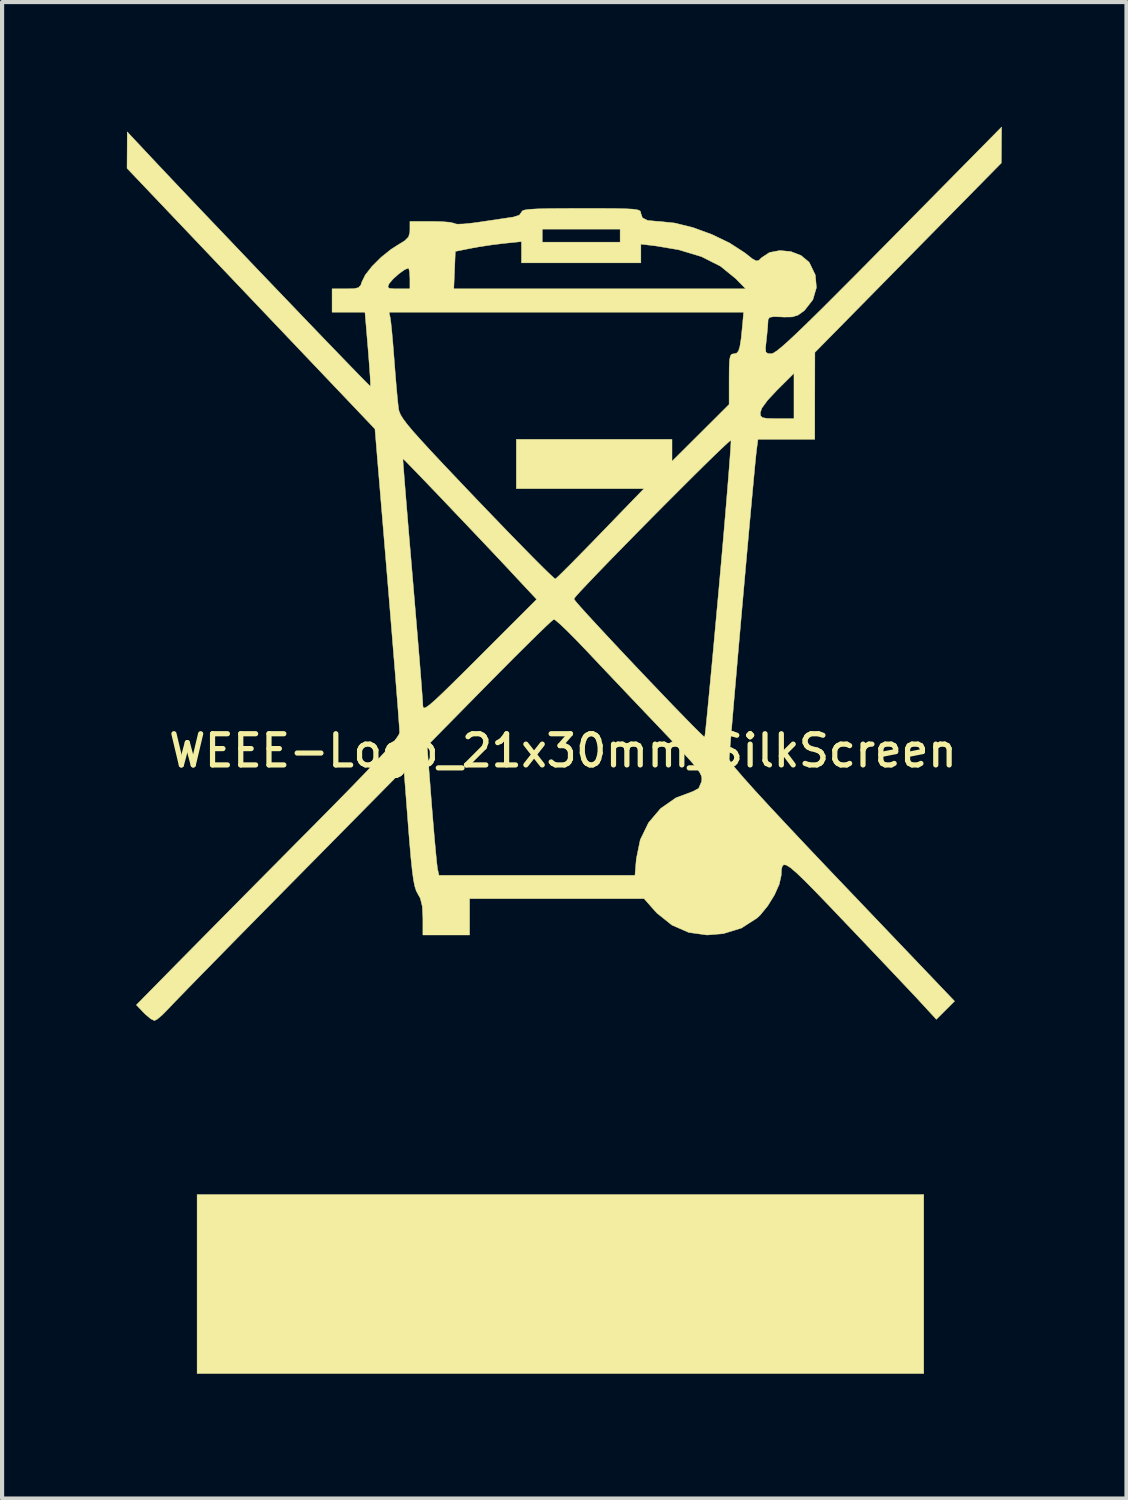
<source format=kicad_pcb>
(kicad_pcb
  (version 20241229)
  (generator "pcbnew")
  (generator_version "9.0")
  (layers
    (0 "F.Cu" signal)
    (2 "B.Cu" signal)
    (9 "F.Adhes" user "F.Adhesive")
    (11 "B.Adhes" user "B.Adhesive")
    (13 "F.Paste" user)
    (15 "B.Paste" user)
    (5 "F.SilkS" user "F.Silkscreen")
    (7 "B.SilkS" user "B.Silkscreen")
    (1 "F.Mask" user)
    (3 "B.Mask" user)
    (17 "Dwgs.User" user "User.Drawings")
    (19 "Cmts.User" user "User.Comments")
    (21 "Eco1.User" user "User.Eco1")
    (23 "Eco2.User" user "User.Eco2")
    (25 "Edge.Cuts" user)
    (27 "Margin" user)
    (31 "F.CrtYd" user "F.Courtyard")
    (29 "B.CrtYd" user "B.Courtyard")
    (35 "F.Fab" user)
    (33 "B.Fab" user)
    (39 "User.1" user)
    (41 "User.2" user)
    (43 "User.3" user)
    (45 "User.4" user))
  (footprint "WEEE-Logo_21x30mm_SilkScreen"
    (layer "F.Cu")
    (at 10.49 15.005)
    (property "Reference" "WEEE-Logo_21x30mm_SilkScreen" (at 0 0 0) (layer "F.SilkS") (effects (font (size 0.75 0.75) (thickness 0.125))))
    (attr exclude_from_pos_files exclude_from_bom allow_missing_courtyard)
    (fp_poly (pts (xy 8.675 14.978) (xy -8.8 14.978) (xy -8.8 10.672) (xy 8.675 10.672) (xy 8.675 14.978)) (stroke (width 0.01) (type solid)) (fill yes) (layer "F.SilkS"))
    (fp_poly (pts (xy 10.544 -14.568) (xy 10.541 -14.135) (xy 6.057 -9.58) (xy 6.055 -8.534) (xy 6.054 -7.489) (xy 4.688 -7.489) (xy 4.653 -7.224) (xy 4.64 -7.103) (xy 4.617 -6.875) (xy 4.587 -6.554) (xy 4.55 -6.154) (xy 4.507 -5.687) (xy 4.46 -5.168) (xy 4.41 -4.611) (xy 4.358 -4.028) (xy 4.305 -3.433) (xy 4.253 -2.84) (xy 4.202 -2.262) (xy 4.155 -1.714) (xy 4.111 -1.208) (xy 4.073 -0.759) (xy 4.041 -0.379) (xy 4.016 -0.082) (xy 4.001 0.117) (xy 3.996 0.206) (xy 3.996 0.207) (xy 4.034 0.278) (xy 4.149 0.426) (xy 4.342 0.651) (xy 4.615 0.956) (xy 4.969 1.341) (xy 5.407 1.81) (xy 5.928 2.364) (xy 6.536 3.004) (xy 6.707 3.183) (xy 9.416 6.022) (xy 9.197 6.241) (xy 8.978 6.459) (xy 8.623 6.074) (xy 8.494 5.934) (xy 8.291 5.719) (xy 8.029 5.441) (xy 7.721 5.116) (xy 7.38 4.757) (xy 7.02 4.378) (xy 6.804 4.152) (xy 6.4 3.728) (xy 6.072 3.388) (xy 5.815 3.127) (xy 5.618 2.938) (xy 5.473 2.814) (xy 5.373 2.75) (xy 5.309 2.74) (xy 5.272 2.777) (xy 5.254 2.855) (xy 5.248 2.968) (xy 5.247 2.999) (xy 5.2 3.211) (xy 5.085 3.468) (xy 4.924 3.729) (xy 4.741 3.953) (xy 4.668 4.022) (xy 4.292 4.264) (xy 3.853 4.399) (xy 3.465 4.431) (xy 3.025 4.37) (xy 2.619 4.193) (xy 2.259 3.905) (xy 2.193 3.833) (xy 1.95 3.557) (xy -2.247 3.557) (xy -2.247 4.431) (xy -3.37 4.431) (xy -3.37 4.023) (xy -3.384 3.744) (xy -3.431 3.551) (xy -3.489 3.446) (xy -3.53 3.37) (xy -3.565 3.261) (xy -3.597 3.102) (xy -3.627 2.876) (xy -3.659 2.569) (xy -3.694 2.162) (xy -3.718 1.86) (xy -3.827 0.443) (xy -6.519 3.17) (xy -7.006 3.664) (xy -7.473 4.138) (xy -7.913 4.585) (xy -8.315 4.995) (xy -8.673 5.36) (xy -8.977 5.671) (xy -9.219 5.92) (xy -9.39 6.097) (xy -9.481 6.194) (xy -9.632 6.348) (xy -9.758 6.455) (xy -9.826 6.49) (xy -9.912 6.449) (xy -10.038 6.344) (xy -10.08 6.302) (xy -10.261 6.113) (xy -9.265 5.1) (xy -9.011 4.843) (xy -8.683 4.511) (xy -8.296 4.119) (xy -7.865 3.683) (xy -7.403 3.216) (xy -6.924 2.733) (xy -6.445 2.249) (xy -6.1 1.902) (xy -5.577 1.373) (xy -5.137 0.925) (xy -4.776 0.552) (xy -4.487 0.248) (xy -4.264 0.007) (xy -4.154 -0.118) (xy -3.269 -0.118) (xy -3.159 1.298) (xy -3.125 1.713) (xy -3.093 2.093) (xy -3.063 2.417) (xy -3.039 2.667) (xy -3.021 2.821) (xy -3.015 2.855) (xy -2.982 2.996) (xy 1.73 2.996) (xy 1.762 2.604) (xy 1.857 2.141) (xy 2.056 1.731) (xy 2.345 1.39) (xy 2.714 1.132) (xy 3.128 0.977) (xy 3.262 0.904) (xy 3.329 0.749) (xy 3.331 0.742) (xy 3.339 0.676) (xy 3.329 0.608) (xy 3.291 0.527) (xy 3.216 0.419) (xy 3.094 0.272) (xy 2.914 0.073) (xy 2.668 -0.19) (xy 2.346 -0.529) (xy 2.325 -0.551) (xy 1.978 -0.915) (xy 1.609 -1.303) (xy 1.244 -1.688) (xy 0.907 -2.043) (xy 0.625 -2.342) (xy 0.562 -2.409) (xy 0.32 -2.661) (xy 0.106 -2.877) (xy -0.066 -3.041) (xy -0.181 -3.14) (xy -0.219 -3.161) (xy -0.277 -3.116) (xy -0.411 -2.992) (xy -0.611 -2.799) (xy -0.866 -2.548) (xy -1.167 -2.249) (xy -1.502 -1.912) (xy -1.776 -1.635) (xy -3.269 -0.118) (xy -4.154 -0.118) (xy -4.103 -0.177) (xy -3.998 -0.31) (xy -3.942 -0.398) (xy -3.93 -0.439) (xy -3.934 -0.528) (xy -3.949 -0.73) (xy -3.971 -1.033) (xy -4.002 -1.426) (xy -4.039 -1.896) (xy -4.083 -2.433) (xy -4.131 -3.024) (xy -4.183 -3.659) (xy -4.225 -4.166) (xy -4.464 -7.024) (xy -3.85 -7.024) (xy -3.848 -6.963) (xy -3.835 -6.789) (xy -3.814 -6.516) (xy -3.785 -6.155) (xy -3.749 -5.718) (xy -3.708 -5.219) (xy -3.661 -4.67) (xy -3.617 -4.148) (xy -3.567 -3.556) (xy -3.52 -2.997) (xy -3.477 -2.485) (xy -3.44 -2.033) (xy -3.41 -1.653) (xy -3.388 -1.36) (xy -3.374 -1.168) (xy -3.371 -1.093) (xy -3.365 -1.046) (xy -3.341 -1.028) (xy -3.292 -1.045) (xy -3.207 -1.106) (xy -3.078 -1.218) (xy -2.896 -1.389) (xy -2.652 -1.627) (xy -2.336 -1.939) (xy -2.002 -2.273) (xy -0.633 -3.641) (xy -0.643 -3.651) (xy 0.262 -3.651) (xy 0.303 -3.594) (xy 0.418 -3.461) (xy 0.596 -3.264) (xy 0.825 -3.015) (xy 1.094 -2.726) (xy 1.39 -2.409) (xy 1.703 -2.077) (xy 2.021 -1.742) (xy 2.332 -1.416) (xy 2.624 -1.111) (xy 2.887 -0.84) (xy 3.108 -0.614) (xy 3.276 -0.446) (xy 3.379 -0.348) (xy 3.407 -0.328) (xy 3.416 -0.393) (xy 3.436 -0.57) (xy 3.464 -0.85) (xy 3.5 -1.22) (xy 3.543 -1.671) (xy 3.592 -2.19) (xy 3.645 -2.767) (xy 3.702 -3.39) (xy 3.748 -3.893) (xy 3.806 -4.545) (xy 3.86 -5.159) (xy 3.908 -5.724) (xy 3.95 -6.229) (xy 3.985 -6.663) (xy 4.012 -7.015) (xy 4.031 -7.273) (xy 4.039 -7.426) (xy 4.038 -7.466) (xy 3.989 -7.431) (xy 3.864 -7.316) (xy 3.674 -7.135) (xy 3.43 -6.897) (xy 3.142 -6.613) (xy 2.823 -6.295) (xy 2.482 -5.954) (xy 2.131 -5.6) (xy 1.781 -5.245) (xy 1.442 -4.899) (xy 1.125 -4.575) (xy 0.842 -4.282) (xy 0.603 -4.032) (xy 0.419 -3.837) (xy 0.302 -3.706) (xy 0.262 -3.651) (xy -0.643 -3.651) (xy -1.144 -4.187) (xy -1.403 -4.465) (xy -1.695 -4.775) (xy -2.007 -5.105) (xy -2.328 -5.443) (xy -2.646 -5.777) (xy -2.949 -6.096) (xy -3.227 -6.386) (xy -3.467 -6.636) (xy -3.658 -6.833) (xy -3.789 -6.967) (xy -3.848 -7.023) (xy -3.85 -7.024) (xy -4.464 -7.024) (xy -4.523 -7.739) (xy -7.504 -10.873) (xy -10.485 -14.008) (xy -10.482 -14.446) (xy -10.48 -14.884) (xy -9.999 -14.37) (xy -9.729 -14.083) (xy -9.411 -13.746) (xy -9.053 -13.368) (xy -8.663 -12.957) (xy -8.25 -12.524) (xy -7.823 -12.076) (xy -7.391 -11.622) (xy -6.961 -11.173) (xy -6.542 -10.736) (xy -6.144 -10.32) (xy -5.774 -9.935) (xy -5.441 -9.59) (xy -5.154 -9.293) (xy -4.922 -9.054) (xy -4.752 -8.881) (xy -4.654 -8.783) (xy -4.633 -8.764) (xy -4.631 -8.829) (xy -4.639 -8.996) (xy -4.656 -9.242) (xy -4.679 -9.544) (xy -4.689 -9.665) (xy -4.763 -10.547) (xy -4.184 -10.547) (xy -4.154 -10.407) (xy -4.139 -10.295) (xy -4.117 -10.087) (xy -4.092 -9.806) (xy -4.066 -9.481) (xy -4.057 -9.361) (xy -4.03 -9.016) (xy -4.003 -8.695) (xy -3.978 -8.43) (xy -3.958 -8.249) (xy -3.954 -8.216) (xy -3.937 -8.149) (xy -3.902 -8.071) (xy -3.839 -7.972) (xy -3.741 -7.843) (xy -3.602 -7.677) (xy -3.412 -7.465) (xy -3.165 -7.196) (xy -2.853 -6.863) (xy -2.468 -6.457) (xy -2.076 -6.045) (xy -1.685 -5.638) (xy -1.321 -5.26) (xy -0.991 -4.922) (xy -0.706 -4.632) (xy -0.474 -4.4) (xy -0.304 -4.235) (xy -0.205 -4.145) (xy -0.184 -4.132) (xy -0.129 -4.18) (xy 0.000145 -4.306) (xy 0.191 -4.496) (xy 0.43 -4.739) (xy 0.706 -5.021) (xy 0.905 -5.227) (xy 1.946 -6.303) (xy -1.123 -6.303) (xy -1.123 -7.489) (xy 2.621 -7.489) (xy 2.621 -6.961) (xy 3.308 -7.645) (xy 3.795 -8.13) (xy 4.743 -8.13) (xy 4.752 -8.054) (xy 4.798 -8.011) (xy 4.909 -7.993) (xy 5.113 -7.988) (xy 5.149 -7.988) (xy 5.554 -7.988) (xy 5.554 -9.077) (xy 5.149 -8.675) (xy 4.92 -8.43) (xy 4.783 -8.243) (xy 4.743 -8.13) (xy 3.795 -8.13) (xy 3.994 -8.329) (xy 3.994 -8.939) (xy 3.996 -9.219) (xy 4.005 -9.398) (xy 4.025 -9.497) (xy 4.061 -9.539) (xy 4.115 -9.548) (xy 4.175 -9.562) (xy 4.22 -9.614) (xy 4.254 -9.726) (xy 4.284 -9.917) (xy 4.313 -10.207) (xy 4.323 -10.313) (xy 4.343 -10.547) (xy -4.184 -10.547) (xy -4.763 -10.547) (xy -5.554 -10.547) (xy -5.554 -11.109) (xy -5.218 -11.109) (xy -5.021 -11.114) (xy -4.914 -11.14) (xy -4.901 -11.155) (xy -4.212 -11.155) (xy -4.176 -11.12) (xy -4.05 -11.109) (xy -3.965 -11.109) (xy -3.682 -11.109) (xy -2.627 -11.109) (xy 4.394 -11.109) (xy 4.156 -11.352) (xy 3.788 -11.652) (xy 3.331 -11.883) (xy 2.779 -12.049) (xy 2.231 -12.141) (xy 1.872 -12.184) (xy 1.872 -11.733) (xy -0.999 -11.733) (xy -0.999 -12.245) (xy -1.42 -12.202) (xy -1.714 -12.166) (xy -2.028 -12.118) (xy -2.215 -12.084) (xy -2.59 -12.009) (xy -2.608 -11.559) (xy -2.627 -11.109) (xy -3.682 -11.109) (xy -3.682 -11.358) (xy -3.69 -11.515) (xy -3.711 -11.602) (xy -3.719 -11.608) (xy -3.812 -11.568) (xy -3.947 -11.471) (xy -4.082 -11.351) (xy -4.175 -11.243) (xy -4.184 -11.229) (xy -4.212 -11.155) (xy -4.901 -11.155) (xy -4.862 -11.201) (xy -4.841 -11.268) (xy -4.756 -11.442) (xy -4.592 -11.651) (xy -4.377 -11.865) (xy -4.14 -12.056) (xy -3.985 -12.156) (xy -3.807 -12.265) (xy -3.716 -12.356) (xy -3.685 -12.464) (xy -3.682 -12.528) (xy -3.682 -12.544) (xy -0.499 -12.544) (xy -0.499 -12.232) (xy 1.373 -12.232) (xy 1.373 -12.544) (xy -0.499 -12.544) (xy -3.682 -12.544) (xy -3.682 -12.731) (xy -3.157 -12.731) (xy -2.915 -12.725) (xy -2.727 -12.71) (xy -2.622 -12.687) (xy -2.611 -12.678) (xy -2.544 -12.664) (xy -2.383 -12.67) (xy -2.154 -12.694) (xy -1.997 -12.716) (xy -1.713 -12.758) (xy -1.454 -12.797) (xy -1.259 -12.826) (xy -1.201 -12.834) (xy -1.052 -12.88) (xy -0.999 -12.952) (xy -0.982 -12.982) (xy -0.924 -13.005) (xy -0.81 -13.021) (xy -0.627 -13.032) (xy -0.359 -13.039) (xy 0.007 -13.042) (xy 0.437 -13.043) (xy 0.896 -13.043) (xy 1.245 -13.041) (xy 1.5 -13.035) (xy 1.674 -13.026) (xy 1.784 -13.011) (xy 1.843 -12.989) (xy 1.868 -12.96) (xy 1.872 -12.925) (xy 1.91 -12.816) (xy 2.035 -12.754) (xy 2.263 -12.732) (xy 2.304 -12.731) (xy 2.69 -12.691) (xy 3.128 -12.582) (xy 3.579 -12.417) (xy 4.003 -12.213) (xy 4.361 -11.982) (xy 4.408 -11.946) (xy 4.559 -11.827) (xy 4.648 -11.78) (xy 4.711 -11.795) (xy 4.775 -11.858) (xy 4.965 -11.983) (xy 5.211 -12.03) (xy 5.477 -12.006) (xy 5.723 -11.912) (xy 5.912 -11.755) (xy 5.926 -11.736) (xy 6.068 -11.442) (xy 6.094 -11.138) (xy 6.008 -10.847) (xy 5.813 -10.596) (xy 5.789 -10.575) (xy 5.65 -10.476) (xy 5.51 -10.433) (xy 5.312 -10.43) (xy 5.262 -10.433) (xy 5.069 -10.44) (xy 4.969 -10.423) (xy 4.933 -10.374) (xy 4.93 -10.329) (xy 4.922 -10.196) (xy 4.903 -9.996) (xy 4.89 -9.876) (xy 4.87 -9.686) (xy 4.878 -9.589) (xy 4.926 -9.553) (xy 5.01 -9.548) (xy 5.059 -9.564) (xy 5.14 -9.616) (xy 5.257 -9.71) (xy 5.416 -9.851) (xy 5.624 -10.045) (xy 5.886 -10.298) (xy 6.209 -10.615) (xy 6.597 -11.003) (xy 7.059 -11.466) (xy 7.598 -12.011) (xy 7.858 -12.274) (xy 10.547 -15) (xy 10.544 -14.568)) (stroke (width 0.01) (type solid)) (fill yes) (layer "F.SilkS")))
  (gr_rect
    (start -3 -3)
    (end 24.041 32.988)
    (stroke (width 0.1) (type default))
    (fill no)
    (layer "Edge.Cuts")))
</source>
